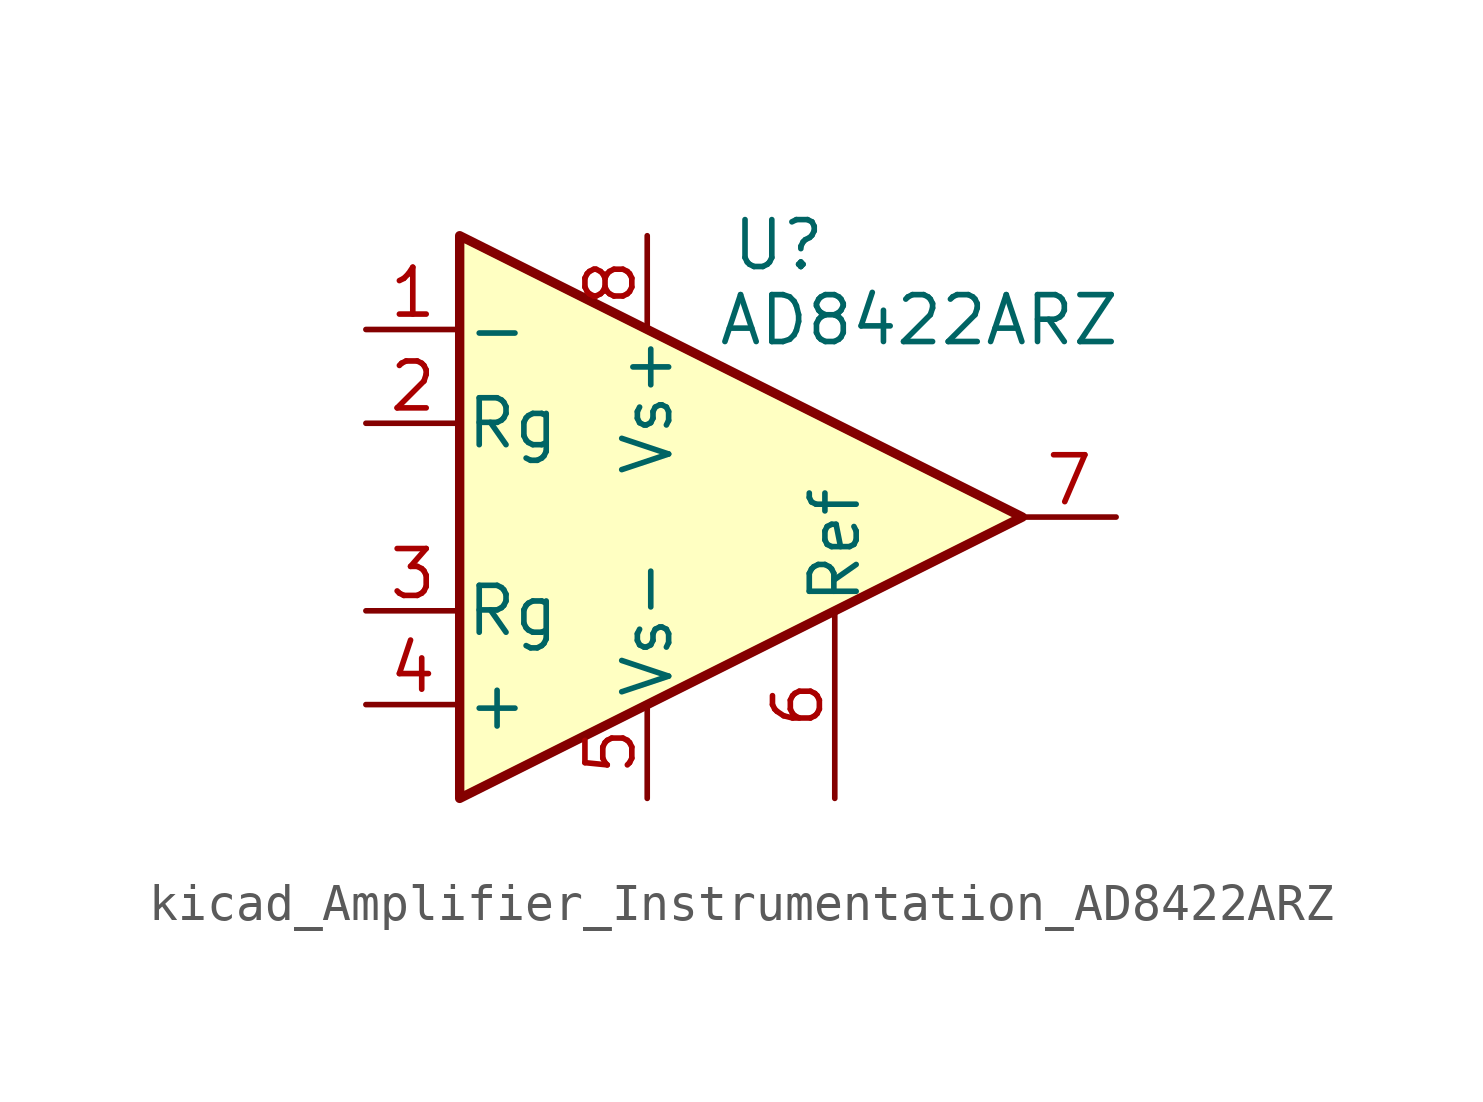
<source format=kicad_sym>
(kicad_symbol_lib
  (version 20220914)
  (generator kicad_symbol_editor)
  (symbol "kicad_Amplifier_Instrumentation_AD8422ARZ"
    (pin_names
      (offset 0.127))
    (property "Reference" "U"
      (at 3.556 7.366 0)
      (effects (font (size 1.27 1.27))))
    (property "Value" "AD8422ARZ"
      (at 7.366 5.334 0)
      (effects (font (size 1.27 1.27))))
    (symbol "kicad_Amplifier_Instrumentation_AD8422ARZ_0_1"
      (polyline (pts (xy -5.08 7.62) (xy -5.08 -7.62) (xy 10.16 0) (xy -5.08 7.62)) (stroke (width 0.254) (type default)) (fill (type background))))
    (symbol "kicad_Amplifier_Instrumentation_AD8422ARZ_1_1"
      (pin input line (at -7.62 5.08 0) (length 2.54) (name "-" (effects (font (size 1.27 1.27)))) (number "1" (effects (font (size 1.27 1.27)))))
      (pin passive line (at -7.62 2.54 0) (length 2.54) (name "Rg" (effects (font (size 1.27 1.27)))) (number "2" (effects (font (size 1.27 1.27)))))
      (pin passive line (at -7.62 -2.54 0) (length 2.54) (name "Rg" (effects (font (size 1.27 1.27)))) (number "3" (effects (font (size 1.27 1.27)))))
      (pin input line (at -7.62 -5.08 0) (length 2.54) (name "+" (effects (font (size 1.27 1.27)))) (number "4" (effects (font (size 1.27 1.27)))))
      (pin power_in line (at 0 -7.62 90) (length 2.54) (name "Vs-" (effects (font (size 1.27 1.27)))) (number "5" (effects (font (size 1.27 1.27)))))
      (pin passive line (at 5.08 -7.62 90) (length 5.08) (name "Ref" (effects (font (size 1.27 1.27)))) (number "6" (effects (font (size 1.27 1.27)))))
      (pin output line (at 12.7 0 180) (length 2.54) (name "~" (effects (font (size 1.27 1.27)))) (number "7" (effects (font (size 1.27 1.27)))))
      (pin power_in line (at 0 7.62 270) (length 2.54) (name "Vs+" (effects (font (size 1.27 1.27)))) (number "8" (effects (font (size 1.27 1.27))))))))
</source>
